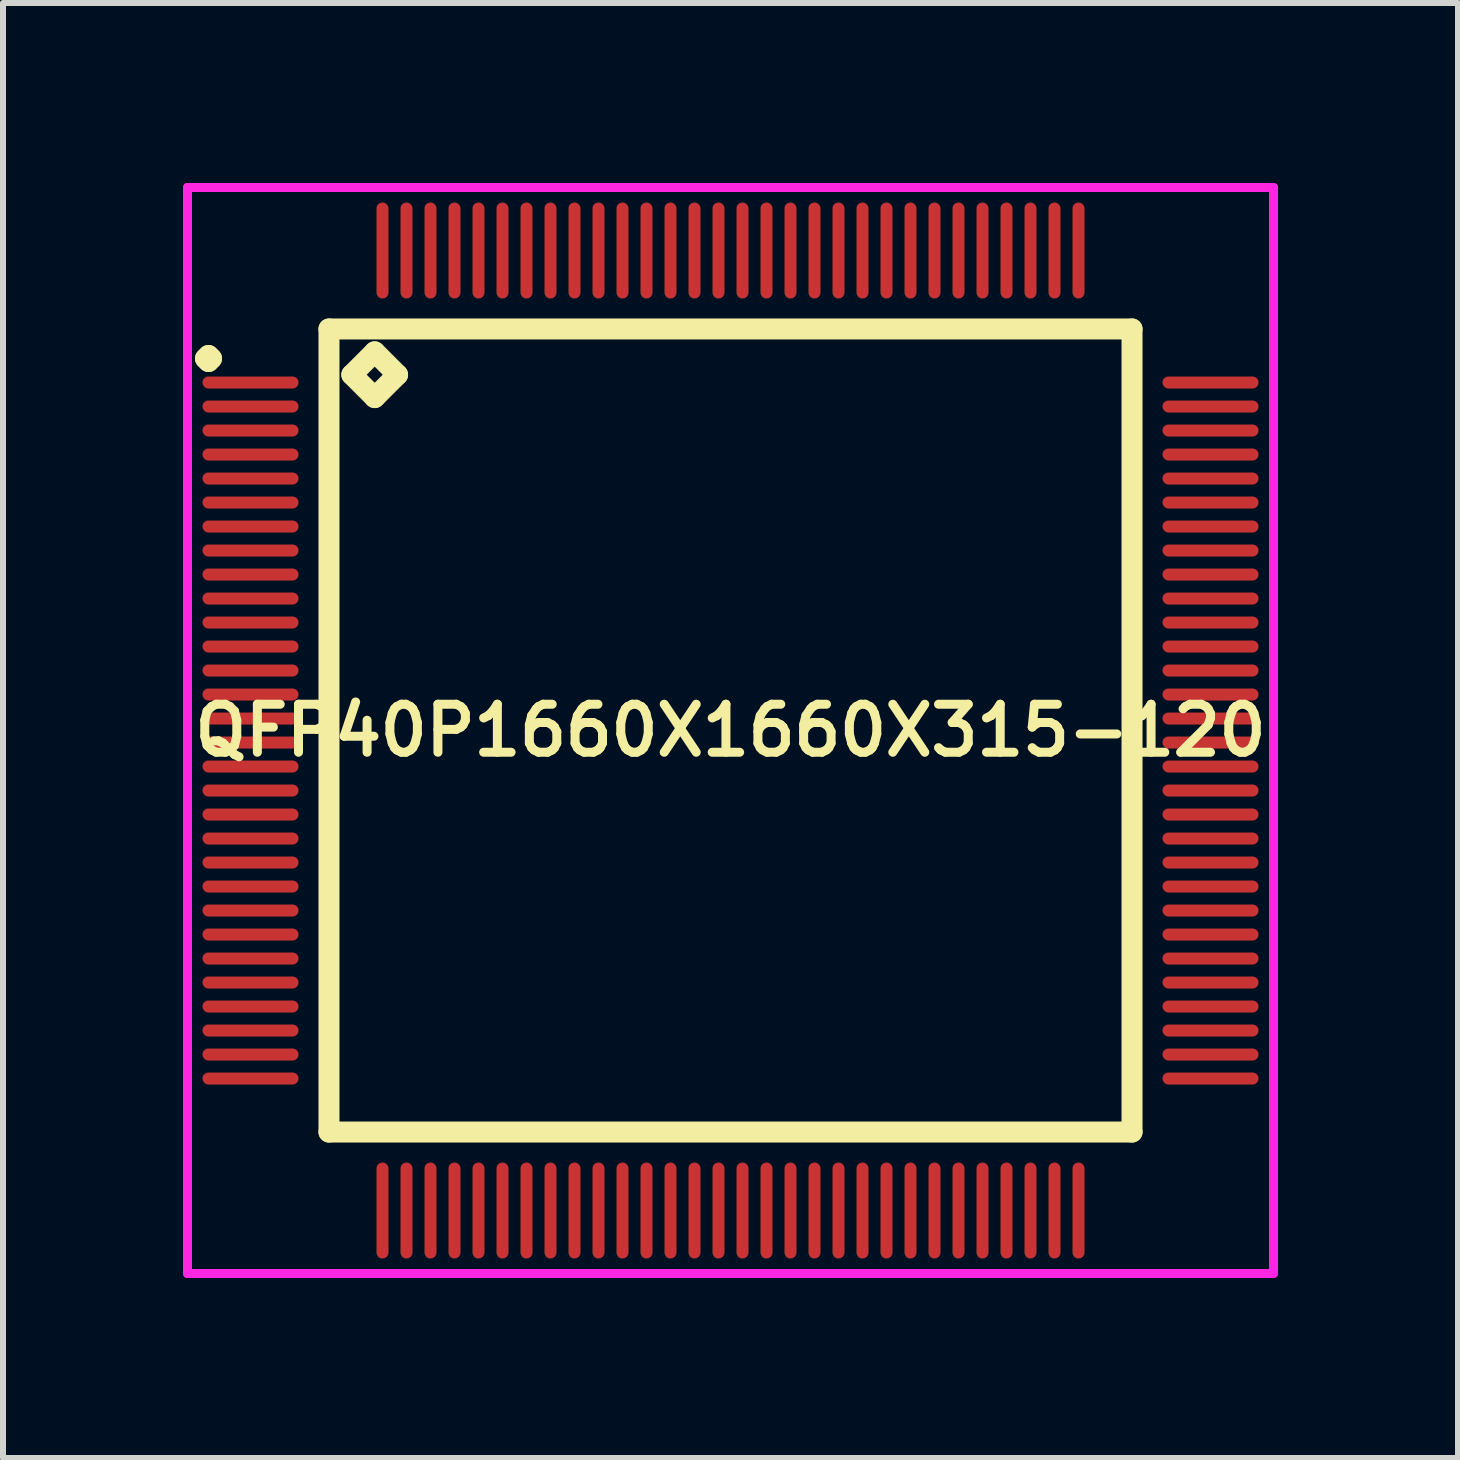
<source format=kicad_pcb>
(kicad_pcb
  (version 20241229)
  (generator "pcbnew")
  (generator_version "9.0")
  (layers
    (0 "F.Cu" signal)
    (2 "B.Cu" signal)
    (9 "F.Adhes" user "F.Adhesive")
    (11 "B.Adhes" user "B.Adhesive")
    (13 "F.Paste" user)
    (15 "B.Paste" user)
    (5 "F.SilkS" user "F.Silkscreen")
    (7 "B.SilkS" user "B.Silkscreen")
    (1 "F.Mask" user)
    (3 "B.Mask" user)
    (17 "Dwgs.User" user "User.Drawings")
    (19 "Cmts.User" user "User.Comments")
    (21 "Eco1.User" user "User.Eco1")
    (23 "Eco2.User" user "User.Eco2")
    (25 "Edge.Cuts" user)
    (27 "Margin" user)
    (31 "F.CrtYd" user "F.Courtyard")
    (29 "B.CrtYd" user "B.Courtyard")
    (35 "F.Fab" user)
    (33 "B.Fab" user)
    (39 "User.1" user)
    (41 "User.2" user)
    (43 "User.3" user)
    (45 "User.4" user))
  (footprint "QFP40P1660X1660X315-120"
    (layer "F.Cu")
    (at 9.125 9.125)
    (property "Reference" "QFP40P1660X1660X315-120" (at 0 0 0) (layer "F.SilkS") (effects (font (size 0.8 0.8) (thickness 0.15))))
    (attr smd)
    (fp_line (start -8.75 -6.2) (end -8.7 -6.25) (stroke (width 0.35) (type solid)) (layer "F.SilkS"))
    (fp_line (start -8.7 -6.25) (end -8.65 -6.2) (stroke (width 0.35) (type solid)) (layer "F.SilkS"))
    (fp_line (start -8.7 -6.15) (end -8.75 -6.2) (stroke (width 0.35) (type solid)) (layer "F.SilkS"))
    (fp_line (start -8.65 -6.2) (end -8.7 -6.15) (stroke (width 0.35) (type solid)) (layer "F.SilkS"))
    (fp_line (start -6.692 -6.692) (end -6.692 6.692) (stroke (width 0.35) (type solid)) (layer "F.SilkS"))
    (fp_line (start -6.692 6.692) (end 6.692 6.692) (stroke (width 0.35) (type solid)) (layer "F.SilkS"))
    (fp_line (start -6.311 -5.93) (end -5.93 -6.311) (stroke (width 0.35) (type solid)) (layer "F.SilkS"))
    (fp_line (start -5.93 -6.311) (end -5.549 -5.93) (stroke (width 0.35) (type solid)) (layer "F.SilkS"))
    (fp_line (start -5.93 -5.549) (end -6.311 -5.93) (stroke (width 0.35) (type solid)) (layer "F.SilkS"))
    (fp_line (start -5.549 -5.93) (end -5.93 -5.549) (stroke (width 0.35) (type solid)) (layer "F.SilkS"))
    (fp_line (start 6.692 -6.692) (end -6.692 -6.692) (stroke (width 0.35) (type solid)) (layer "F.SilkS"))
    (fp_line (start 6.692 6.692) (end 6.692 -6.692) (stroke (width 0.35) (type solid)) (layer "F.SilkS"))
    (fp_line (start -9.05 -9.05) (end 9.05 -9.05) (stroke (width 0.15) (type solid)) (layer "F.CrtYd"))
    (fp_line (start -9.05 9.05) (end -9.05 -9.05) (stroke (width 0.15) (type solid)) (layer "F.CrtYd"))
    (fp_line (start 9.05 -9.05) (end 9.05 9.05) (stroke (width 0.15) (type solid)) (layer "F.CrtYd"))
    (fp_line (start 9.05 9.05) (end -9.05 9.05) (stroke (width 0.15) (type solid)) (layer "F.CrtYd"))
    (pad "1" smd oval (at -8 -5.8) (size 1.6 0.2) (layers "F.Cu" "F.Mask" "F.Paste"))
    (pad "2" smd oval (at -8 -5.4) (size 1.6 0.2) (layers "F.Cu" "F.Mask" "F.Paste"))
    (pad "3" smd oval (at -8 -5) (size 1.6 0.2) (layers "F.Cu" "F.Mask" "F.Paste"))
    (pad "4" smd oval (at -8 -4.6) (size 1.6 0.2) (layers "F.Cu" "F.Mask" "F.Paste"))
    (pad "5" smd oval (at -8 -4.2) (size 1.6 0.2) (layers "F.Cu" "F.Mask" "F.Paste"))
    (pad "6" smd oval (at -8 -3.8) (size 1.6 0.2) (layers "F.Cu" "F.Mask" "F.Paste"))
    (pad "7" smd oval (at -8 -3.4) (size 1.6 0.2) (layers "F.Cu" "F.Mask" "F.Paste"))
    (pad "8" smd oval (at -8 -3) (size 1.6 0.2) (layers "F.Cu" "F.Mask" "F.Paste"))
    (pad "9" smd oval (at -8 -2.6) (size 1.6 0.2) (layers "F.Cu" "F.Mask" "F.Paste"))
    (pad "10" smd oval (at -8 -2.2) (size 1.6 0.2) (layers "F.Cu" "F.Mask" "F.Paste"))
    (pad "11" smd oval (at -8 -1.8) (size 1.6 0.2) (layers "F.Cu" "F.Mask" "F.Paste"))
    (pad "12" smd oval (at -8 -1.4) (size 1.6 0.2) (layers "F.Cu" "F.Mask" "F.Paste"))
    (pad "13" smd oval (at -8 -1) (size 1.6 0.2) (layers "F.Cu" "F.Mask" "F.Paste"))
    (pad "14" smd oval (at -8 -0.6) (size 1.6 0.2) (layers "F.Cu" "F.Mask" "F.Paste"))
    (pad "15" smd oval (at -8 -0.2) (size 1.6 0.2) (layers "F.Cu" "F.Mask" "F.Paste"))
    (pad "16" smd oval (at -8 0.2) (size 1.6 0.2) (layers "F.Cu" "F.Mask" "F.Paste"))
    (pad "17" smd oval (at -8 0.6) (size 1.6 0.2) (layers "F.Cu" "F.Mask" "F.Paste"))
    (pad "18" smd oval (at -8 1) (size 1.6 0.2) (layers "F.Cu" "F.Mask" "F.Paste"))
    (pad "19" smd oval (at -8 1.4) (size 1.6 0.2) (layers "F.Cu" "F.Mask" "F.Paste"))
    (pad "20" smd oval (at -8 1.8) (size 1.6 0.2) (layers "F.Cu" "F.Mask" "F.Paste"))
    (pad "21" smd oval (at -8 2.2) (size 1.6 0.2) (layers "F.Cu" "F.Mask" "F.Paste"))
    (pad "22" smd oval (at -8 2.6) (size 1.6 0.2) (layers "F.Cu" "F.Mask" "F.Paste"))
    (pad "23" smd oval (at -8 3) (size 1.6 0.2) (layers "F.Cu" "F.Mask" "F.Paste"))
    (pad "24" smd oval (at -8 3.4) (size 1.6 0.2) (layers "F.Cu" "F.Mask" "F.Paste"))
    (pad "25" smd oval (at -8 3.8) (size 1.6 0.2) (layers "F.Cu" "F.Mask" "F.Paste"))
    (pad "26" smd oval (at -8 4.2) (size 1.6 0.2) (layers "F.Cu" "F.Mask" "F.Paste"))
    (pad "27" smd oval (at -8 4.6) (size 1.6 0.2) (layers "F.Cu" "F.Mask" "F.Paste"))
    (pad "28" smd oval (at -8 5) (size 1.6 0.2) (layers "F.Cu" "F.Mask" "F.Paste"))
    (pad "29" smd oval (at -8 5.4) (size 1.6 0.2) (layers "F.Cu" "F.Mask" "F.Paste"))
    (pad "30" smd oval (at -8 5.8) (size 1.6 0.2) (layers "F.Cu" "F.Mask" "F.Paste"))
    (pad "31" smd oval (at -5.8 8) (size 0.2 1.6) (layers "F.Cu" "F.Mask" "F.Paste"))
    (pad "32" smd oval (at -5.4 8) (size 0.2 1.6) (layers "F.Cu" "F.Mask" "F.Paste"))
    (pad "33" smd oval (at -5 8) (size 0.2 1.6) (layers "F.Cu" "F.Mask" "F.Paste"))
    (pad "34" smd oval (at -4.6 8) (size 0.2 1.6) (layers "F.Cu" "F.Mask" "F.Paste"))
    (pad "35" smd oval (at -4.2 8) (size 0.2 1.6) (layers "F.Cu" "F.Mask" "F.Paste"))
    (pad "36" smd oval (at -3.8 8) (size 0.2 1.6) (layers "F.Cu" "F.Mask" "F.Paste"))
    (pad "37" smd oval (at -3.4 8) (size 0.2 1.6) (layers "F.Cu" "F.Mask" "F.Paste"))
    (pad "38" smd oval (at -3 8) (size 0.2 1.6) (layers "F.Cu" "F.Mask" "F.Paste"))
    (pad "39" smd oval (at -2.6 8) (size 0.2 1.6) (layers "F.Cu" "F.Mask" "F.Paste"))
    (pad "40" smd oval (at -2.2 8) (size 0.2 1.6) (layers "F.Cu" "F.Mask" "F.Paste"))
    (pad "41" smd oval (at -1.8 8) (size 0.2 1.6) (layers "F.Cu" "F.Mask" "F.Paste"))
    (pad "42" smd oval (at -1.4 8) (size 0.2 1.6) (layers "F.Cu" "F.Mask" "F.Paste"))
    (pad "43" smd oval (at -1 8) (size 0.2 1.6) (layers "F.Cu" "F.Mask" "F.Paste"))
    (pad "44" smd oval (at -0.6 8) (size 0.2 1.6) (layers "F.Cu" "F.Mask" "F.Paste"))
    (pad "45" smd oval (at -0.2 8) (size 0.2 1.6) (layers "F.Cu" "F.Mask" "F.Paste"))
    (pad "46" smd oval (at 0.2 8) (size 0.2 1.6) (layers "F.Cu" "F.Mask" "F.Paste"))
    (pad "47" smd oval (at 0.6 8) (size 0.2 1.6) (layers "F.Cu" "F.Mask" "F.Paste"))
    (pad "48" smd oval (at 1 8) (size 0.2 1.6) (layers "F.Cu" "F.Mask" "F.Paste"))
    (pad "49" smd oval (at 1.4 8) (size 0.2 1.6) (layers "F.Cu" "F.Mask" "F.Paste"))
    (pad "50" smd oval (at 1.8 8) (size 0.2 1.6) (layers "F.Cu" "F.Mask" "F.Paste"))
    (pad "51" smd oval (at 2.2 8) (size 0.2 1.6) (layers "F.Cu" "F.Mask" "F.Paste"))
    (pad "52" smd oval (at 2.6 8) (size 0.2 1.6) (layers "F.Cu" "F.Mask" "F.Paste"))
    (pad "53" smd oval (at 3 8) (size 0.2 1.6) (layers "F.Cu" "F.Mask" "F.Paste"))
    (pad "54" smd oval (at 3.4 8) (size 0.2 1.6) (layers "F.Cu" "F.Mask" "F.Paste"))
    (pad "55" smd oval (at 3.8 8) (size 0.2 1.6) (layers "F.Cu" "F.Mask" "F.Paste"))
    (pad "56" smd oval (at 4.2 8) (size 0.2 1.6) (layers "F.Cu" "F.Mask" "F.Paste"))
    (pad "57" smd oval (at 4.6 8) (size 0.2 1.6) (layers "F.Cu" "F.Mask" "F.Paste"))
    (pad "58" smd oval (at 5 8) (size 0.2 1.6) (layers "F.Cu" "F.Mask" "F.Paste"))
    (pad "59" smd oval (at 5.4 8) (size 0.2 1.6) (layers "F.Cu" "F.Mask" "F.Paste"))
    (pad "60" smd oval (at 5.8 8) (size 0.2 1.6) (layers "F.Cu" "F.Mask" "F.Paste"))
    (pad "61" smd oval (at 8 5.8) (size 1.6 0.2) (layers "F.Cu" "F.Mask" "F.Paste"))
    (pad "62" smd oval (at 8 5.4) (size 1.6 0.2) (layers "F.Cu" "F.Mask" "F.Paste"))
    (pad "63" smd oval (at 8 5) (size 1.6 0.2) (layers "F.Cu" "F.Mask" "F.Paste"))
    (pad "64" smd oval (at 8 4.6) (size 1.6 0.2) (layers "F.Cu" "F.Mask" "F.Paste"))
    (pad "65" smd oval (at 8 4.2) (size 1.6 0.2) (layers "F.Cu" "F.Mask" "F.Paste"))
    (pad "66" smd oval (at 8 3.8) (size 1.6 0.2) (layers "F.Cu" "F.Mask" "F.Paste"))
    (pad "67" smd oval (at 8 3.4) (size 1.6 0.2) (layers "F.Cu" "F.Mask" "F.Paste"))
    (pad "68" smd oval (at 8 3) (size 1.6 0.2) (layers "F.Cu" "F.Mask" "F.Paste"))
    (pad "69" smd oval (at 8 2.6) (size 1.6 0.2) (layers "F.Cu" "F.Mask" "F.Paste"))
    (pad "70" smd oval (at 8 2.2) (size 1.6 0.2) (layers "F.Cu" "F.Mask" "F.Paste"))
    (pad "71" smd oval (at 8 1.8) (size 1.6 0.2) (layers "F.Cu" "F.Mask" "F.Paste"))
    (pad "72" smd oval (at 8 1.4) (size 1.6 0.2) (layers "F.Cu" "F.Mask" "F.Paste"))
    (pad "73" smd oval (at 8 1) (size 1.6 0.2) (layers "F.Cu" "F.Mask" "F.Paste"))
    (pad "74" smd oval (at 8 0.6) (size 1.6 0.2) (layers "F.Cu" "F.Mask" "F.Paste"))
    (pad "75" smd oval (at 8 0.2) (size 1.6 0.2) (layers "F.Cu" "F.Mask" "F.Paste"))
    (pad "76" smd oval (at 8 -0.2) (size 1.6 0.2) (layers "F.Cu" "F.Mask" "F.Paste"))
    (pad "77" smd oval (at 8 -0.6) (size 1.6 0.2) (layers "F.Cu" "F.Mask" "F.Paste"))
    (pad "78" smd oval (at 8 -1) (size 1.6 0.2) (layers "F.Cu" "F.Mask" "F.Paste"))
    (pad "79" smd oval (at 8 -1.4) (size 1.6 0.2) (layers "F.Cu" "F.Mask" "F.Paste"))
    (pad "80" smd oval (at 8 -1.8) (size 1.6 0.2) (layers "F.Cu" "F.Mask" "F.Paste"))
    (pad "81" smd oval (at 8 -2.2) (size 1.6 0.2) (layers "F.Cu" "F.Mask" "F.Paste"))
    (pad "82" smd oval (at 8 -2.6) (size 1.6 0.2) (layers "F.Cu" "F.Mask" "F.Paste"))
    (pad "83" smd oval (at 8 -3) (size 1.6 0.2) (layers "F.Cu" "F.Mask" "F.Paste"))
    (pad "84" smd oval (at 8 -3.4) (size 1.6 0.2) (layers "F.Cu" "F.Mask" "F.Paste"))
    (pad "85" smd oval (at 8 -3.8) (size 1.6 0.2) (layers "F.Cu" "F.Mask" "F.Paste"))
    (pad "86" smd oval (at 8 -4.2) (size 1.6 0.2) (layers "F.Cu" "F.Mask" "F.Paste"))
    (pad "87" smd oval (at 8 -4.6) (size 1.6 0.2) (layers "F.Cu" "F.Mask" "F.Paste"))
    (pad "88" smd oval (at 8 -5) (size 1.6 0.2) (layers "F.Cu" "F.Mask" "F.Paste"))
    (pad "89" smd oval (at 8 -5.4) (size 1.6 0.2) (layers "F.Cu" "F.Mask" "F.Paste"))
    (pad "90" smd oval (at 8 -5.8) (size 1.6 0.2) (layers "F.Cu" "F.Mask" "F.Paste"))
    (pad "91" smd oval (at 5.8 -8) (size 0.2 1.6) (layers "F.Cu" "F.Mask" "F.Paste"))
    (pad "92" smd oval (at 5.4 -8) (size 0.2 1.6) (layers "F.Cu" "F.Mask" "F.Paste"))
    (pad "93" smd oval (at 5 -8) (size 0.2 1.6) (layers "F.Cu" "F.Mask" "F.Paste"))
    (pad "94" smd oval (at 4.6 -8) (size 0.2 1.6) (layers "F.Cu" "F.Mask" "F.Paste"))
    (pad "95" smd oval (at 4.2 -8) (size 0.2 1.6) (layers "F.Cu" "F.Mask" "F.Paste"))
    (pad "96" smd oval (at 3.8 -8) (size 0.2 1.6) (layers "F.Cu" "F.Mask" "F.Paste"))
    (pad "97" smd oval (at 3.4 -8) (size 0.2 1.6) (layers "F.Cu" "F.Mask" "F.Paste"))
    (pad "98" smd oval (at 3 -8) (size 0.2 1.6) (layers "F.Cu" "F.Mask" "F.Paste"))
    (pad "99" smd oval (at 2.6 -8) (size 0.2 1.6) (layers "F.Cu" "F.Mask" "F.Paste"))
    (pad "100" smd oval (at 2.2 -8) (size 0.2 1.6) (layers "F.Cu" "F.Mask" "F.Paste"))
    (pad "101" smd oval (at 1.8 -8) (size 0.2 1.6) (layers "F.Cu" "F.Mask" "F.Paste"))
    (pad "102" smd oval (at 1.4 -8) (size 0.2 1.6) (layers "F.Cu" "F.Mask" "F.Paste"))
    (pad "103" smd oval (at 1 -8) (size 0.2 1.6) (layers "F.Cu" "F.Mask" "F.Paste"))
    (pad "104" smd oval (at 0.6 -8) (size 0.2 1.6) (layers "F.Cu" "F.Mask" "F.Paste"))
    (pad "105" smd oval (at 0.2 -8) (size 0.2 1.6) (layers "F.Cu" "F.Mask" "F.Paste"))
    (pad "106" smd oval (at -0.2 -8) (size 0.2 1.6) (layers "F.Cu" "F.Mask" "F.Paste"))
    (pad "107" smd oval (at -0.6 -8) (size 0.2 1.6) (layers "F.Cu" "F.Mask" "F.Paste"))
    (pad "108" smd oval (at -1 -8) (size 0.2 1.6) (layers "F.Cu" "F.Mask" "F.Paste"))
    (pad "109" smd oval (at -1.4 -8) (size 0.2 1.6) (layers "F.Cu" "F.Mask" "F.Paste"))
    (pad "110" smd oval (at -1.8 -8) (size 0.2 1.6) (layers "F.Cu" "F.Mask" "F.Paste"))
    (pad "111" smd oval (at -2.2 -8) (size 0.2 1.6) (layers "F.Cu" "F.Mask" "F.Paste"))
    (pad "112" smd oval (at -2.6 -8) (size 0.2 1.6) (layers "F.Cu" "F.Mask" "F.Paste"))
    (pad "113" smd oval (at -3 -8) (size 0.2 1.6) (layers "F.Cu" "F.Mask" "F.Paste"))
    (pad "114" smd oval (at -3.4 -8) (size 0.2 1.6) (layers "F.Cu" "F.Mask" "F.Paste"))
    (pad "115" smd oval (at -3.8 -8) (size 0.2 1.6) (layers "F.Cu" "F.Mask" "F.Paste"))
    (pad "116" smd oval (at -4.2 -8) (size 0.2 1.6) (layers "F.Cu" "F.Mask" "F.Paste"))
    (pad "117" smd oval (at -4.6 -8) (size 0.2 1.6) (layers "F.Cu" "F.Mask" "F.Paste"))
    (pad "118" smd oval (at -5 -8) (size 0.2 1.6) (layers "F.Cu" "F.Mask" "F.Paste"))
    (pad "119" smd oval (at -5.4 -8) (size 0.2 1.6) (layers "F.Cu" "F.Mask" "F.Paste"))
    (pad "120" smd oval (at -5.8 -8) (size 0.2 1.6) (layers "F.Cu" "F.Mask" "F.Paste")))
  (gr_rect
    (start -3 -3)
    (end 21.25 21.25)
    (stroke (width 0.1) (type default))
    (fill no)
    (layer "Edge.Cuts")))
</source>
